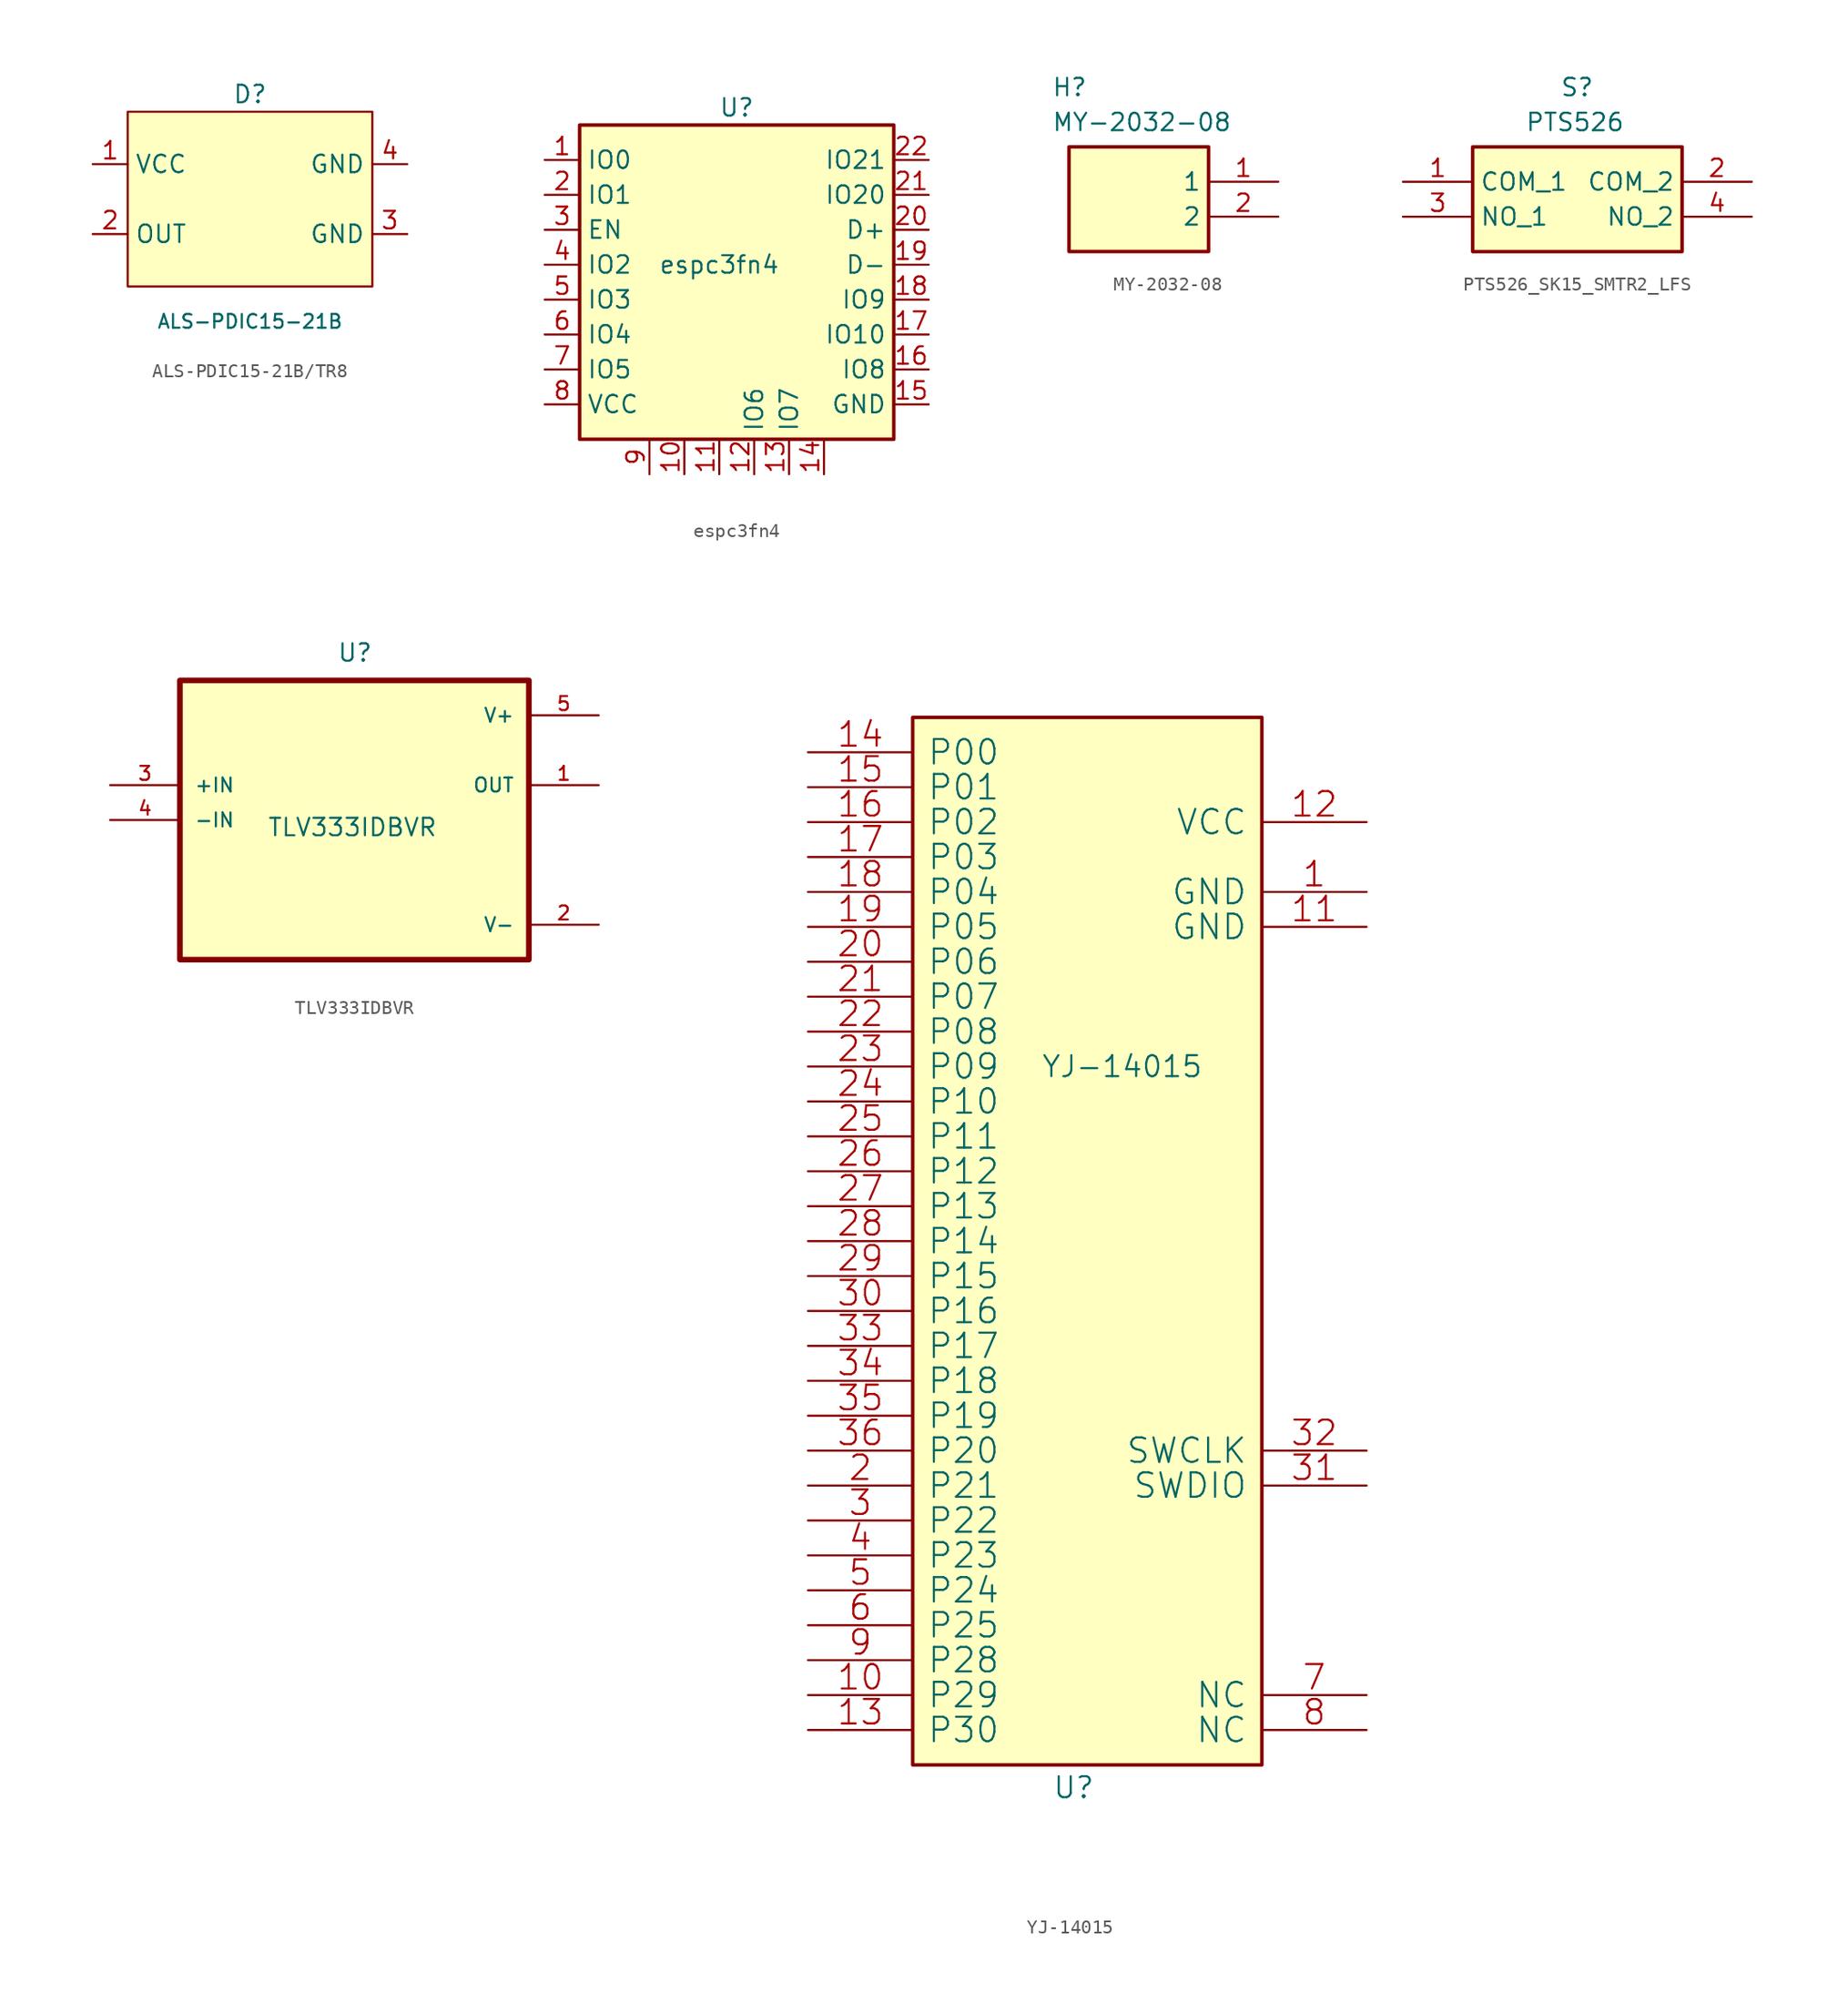
<source format=kicad_sym>
(kicad_symbol_lib
  (version 20220914)
  (generator kicad_symbol_editor)
  (symbol "ALS-PDIC15-21B/TR8"
    (property "Reference" "D"
      (at 0 7.62 0)
      (effects (font (size 1.27 1.27))))
    (property "Value" "ALS-PDIC15-21B"
      (at 0 -8.89 0)
      (effects (font (size 1 1))))
    (symbol "ALS-PDIC15-21B/TR8_1_1"
      (rectangle (start -8.89 6.35) (end 8.89 -6.35) (stroke (width 0) (type default)) (fill (type background)))
      (pin power_in line (at -11.43 2.54 0) (length 2.54) (name "VCC" (effects (font (size 1.27 1.27)))) (number "1" (effects (font (size 1.27 1.27)))))
      (pin output line (at -11.43 -2.54 0) (length 2.54) (name "OUT" (effects (font (size 1.27 1.27)))) (number "2" (effects (font (size 1.27 1.27)))))
      (pin power_in line (at 11.43 -2.54 180) (length 2.54) (name "GND" (effects (font (size 1.27 1.27)))) (number "3" (effects (font (size 1.27 1.27)))))
      (pin power_in line (at 11.43 2.54 180) (length 2.54) (name "GND" (effects (font (size 1.27 1.27)))) (number "4" (effects (font (size 1.27 1.27)))))))
  (symbol "espc3fn4"
    (property "Reference" "U"
      (at 0 10.16 0)
      (effects (font (size 1.27 1.27))))
    (property "Value" "espc3fn4"
      (at -1.27 -1.27 0)
      (effects (font (size 1.27 1.27))))
    (symbol "espc3fn4_0_1"
      (rectangle (start -11.43 8.89) (end 11.43 -13.97) (stroke (width 0.254) (type default)) (fill (type background))))
    (symbol "espc3fn4_1_1"
      (pin input line (at -13.97 6.35 0) (length 2.54) (name "IO0" (effects (font (size 1.27 1.27)))) (number "1" (effects (font (size 1.27 1.27)))))
      (pin input line (at -3.81 -16.51 90) (length 2.54) (name "" (effects (font (size 1.27 1.27)))) (number "10" (effects (font (size 1.27 1.27)))))
      (pin input line (at -1.27 -16.51 90) (length 2.54) (name "" (effects (font (size 1.27 1.27)))) (number "11" (effects (font (size 1.27 1.27)))))
      (pin input line (at 1.27 -16.51 90) (length 2.54) (name "IO6" (effects (font (size 1.27 1.27)))) (number "12" (effects (font (size 1.27 1.27)))))
      (pin input line (at 3.81 -16.51 90) (length 2.54) (name "IO7" (effects (font (size 1.27 1.27)))) (number "13" (effects (font (size 1.27 1.27)))))
      (pin input line (at 6.35 -16.51 90) (length 2.54) (name "" (effects (font (size 1.27 1.27)))) (number "14" (effects (font (size 1.27 1.27)))))
      (pin input line (at 13.97 -11.43 180) (length 2.54) (name "GND" (effects (font (size 1.27 1.27)))) (number "15" (effects (font (size 1.27 1.27)))))
      (pin input line (at 13.97 -8.89 180) (length 2.54) (name "IO8" (effects (font (size 1.27 1.27)))) (number "16" (effects (font (size 1.27 1.27)))))
      (pin input line (at 13.97 -6.35 180) (length 2.54) (name "IO10" (effects (font (size 1.27 1.27)))) (number "17" (effects (font (size 1.27 1.27)))))
      (pin input line (at 13.97 -3.81 180) (length 2.54) (name "IO9" (effects (font (size 1.27 1.27)))) (number "18" (effects (font (size 1.27 1.27)))))
      (pin input line (at 13.97 -1.27 180) (length 2.54) (name "D-" (effects (font (size 1.27 1.27)))) (number "19" (effects (font (size 1.27 1.27)))))
      (pin input line (at -13.97 3.81 0) (length 2.54) (name "IO1" (effects (font (size 1.27 1.27)))) (number "2" (effects (font (size 1.27 1.27)))))
      (pin input line (at 13.97 1.27 180) (length 2.54) (name "D+" (effects (font (size 1.27 1.27)))) (number "20" (effects (font (size 1.27 1.27)))))
      (pin input line (at 13.97 3.81 180) (length 2.54) (name "IO20" (effects (font (size 1.27 1.27)))) (number "21" (effects (font (size 1.27 1.27)))))
      (pin input line (at 13.97 6.35 180) (length 2.54) (name "IO21" (effects (font (size 1.27 1.27)))) (number "22" (effects (font (size 1.27 1.27)))))
      (pin input line (at -13.97 1.27 0) (length 2.54) (name "EN" (effects (font (size 1.27 1.27)))) (number "3" (effects (font (size 1.27 1.27)))))
      (pin input line (at -13.97 -1.27 0) (length 2.54) (name "IO2" (effects (font (size 1.27 1.27)))) (number "4" (effects (font (size 1.27 1.27)))))
      (pin input line (at -13.97 -3.81 0) (length 2.54) (name "IO3" (effects (font (size 1.27 1.27)))) (number "5" (effects (font (size 1.27 1.27)))))
      (pin input line (at -13.97 -6.35 0) (length 2.54) (name "IO4" (effects (font (size 1.27 1.27)))) (number "6" (effects (font (size 1.27 1.27)))))
      (pin input line (at -13.97 -8.89 0) (length 2.54) (name "IO5" (effects (font (size 1.27 1.27)))) (number "7" (effects (font (size 1.27 1.27)))))
      (pin input line (at -13.97 -11.43 0) (length 2.54) (name "VCC" (effects (font (size 1.27 1.27)))) (number "8" (effects (font (size 1.27 1.27)))))
      (pin input line (at -6.35 -16.51 90) (length 2.54) (name "" (effects (font (size 1.27 1.27)))) (number "9" (effects (font (size 1.27 1.27)))))))
  (symbol "MY-2032-08"
    (property "Reference" "H"
      (at 3.81 7.62 0)
      (effects (font (size 1.27 1.27)) (justify left top)))
    (property "Value" "MY-2032-08"
      (at 3.81 5.08 0)
      (effects (font (size 1.27 1.27)) (justify left top)))
    (symbol "MY-2032-08_1_1"
      (rectangle (start 5.08 2.54) (end 15.24 -5.08) (stroke (width 0.254) (type default)) (fill (type background)))
      (pin power_out line (at 20.32 0 180) (length 5.08) (name "1" (effects (font (size 1.27 1.27)))) (number "1" (effects (font (size 1.27 1.27)))))
      (pin power_in line (at 20.32 -2.54 180) (length 5.08) (name "2" (effects (font (size 1.27 1.27)))) (number "2" (effects (font (size 1.27 1.27)))))))
  (symbol "PTS526_SK15_SMTR2_LFS"
    (property "Reference" "S"
      (at 0 8.89 0)
      (effects (font (size 1.27 1.27)) (justify left top)))
    (property "Value" "PTS526"
      (at -2.54 6.35 0)
      (effects (font (size 1.27 1.27)) (justify left top)))
    (symbol "PTS526_SK15_SMTR2_LFS_1_1"
      (rectangle (start -6.35 3.81) (end 8.89 -3.81) (stroke (width 0.254) (type default)) (fill (type background)))
      (pin passive line (at -11.43 1.27 0) (length 5.08) (name "COM_1" (effects (font (size 1.27 1.27)))) (number "1" (effects (font (size 1.27 1.27)))))
      (pin passive line (at 13.97 1.27 180) (length 5.08) (name "COM_2" (effects (font (size 1.27 1.27)))) (number "2" (effects (font (size 1.27 1.27)))))
      (pin passive line (at -11.43 -1.27 0) (length 5.08) (name "NO_1" (effects (font (size 1.27 1.27)))) (number "3" (effects (font (size 1.27 1.27)))))
      (pin passive line (at 13.97 -1.27 180) (length 5.08) (name "NO_2" (effects (font (size 1.27 1.27)))) (number "4" (effects (font (size 1.27 1.27)))))))
  (symbol "TLV333IDBVR"
    (pin_names
      (offset 1.016))
    (property "Reference" "U"
      (at -1.27 11.43 0)
      (effects (font (size 1.27 1.27)) (justify left bottom)))
    (property "Value" "TLV333IDBVR"
      (at -6.35 -1.27 0)
      (effects (font (size 1.27 1.27)) (justify left bottom)))
    (symbol "TLV333IDBVR_0_0"
      (rectangle (start -12.7 10.16) (end 12.7 -10.16) (stroke (width 0.41) (type default)) (fill (type background)))
      (pin output line (at 17.78 2.54 180) (length 5.08) (name "OUT" (effects (font (size 1.016 1.016)))) (number "1" (effects (font (size 1.016 1.016)))))
      (pin input line (at -17.78 2.54 0) (length 5.08) (name "+IN" (effects (font (size 1.016 1.016)))) (number "3" (effects (font (size 1.016 1.016)))))
      (pin input line (at -17.78 0 0) (length 5.08) (name "-IN" (effects (font (size 1.016 1.016)))) (number "4" (effects (font (size 1.016 1.016)))))
      (pin power_in line (at 17.78 7.62 180) (length 5.08) (name "V+" (effects (font (size 1.016 1.016)))) (number "5" (effects (font (size 1.016 1.016))))))
    (symbol "TLV333IDBVR_1_0"
      (pin power_in line (at 17.78 -7.62 180) (length 5.08) (name "V-" (effects (font (size 1.016 1.016)))) (number "2" (effects (font (size 1.016 1.016)))))))
  (symbol "YJ-14015"
    (pin_names
      (offset 1.016))
    (property "Reference" "U"
      (at 20.32 -55.88 0)
      (effects (font (size 1.524 1.524)) (justify left bottom)))
    (property "Value" "YJ-14015"
      (at 25.4 -2.54 0)
      (effects (font (size 1.524 1.524))))
    (property "Footprint" ""
      (at 0 0 0)
      (effects (font (size 1.524 1.524))))
    (property "Datasheet" ""
      (at 0 0 0)
      (effects (font (size 1.524 1.524))))
    (symbol "YJ-14015_0_1"
      (rectangle (start 35.56 -53.34) (end 10.16 22.86) (stroke (width 0.254) (type solid)) (fill (type background)))
      (pin passive line (at 43.18 10.16 180) (length 7.62) (name "GND" (effects (font (size 1.778 1.778)))) (number "1" (effects (font (size 1.778 1.778)))))
      (pin passive line (at 2.54 -48.26 0) (length 7.62) (name "P29" (effects (font (size 1.778 1.778)))) (number "10" (effects (font (size 1.778 1.778)))))
      (pin passive line (at 43.18 7.62 180) (length 7.62) (name "GND" (effects (font (size 1.778 1.778)))) (number "11" (effects (font (size 1.778 1.778)))))
      (pin passive line (at 43.18 15.24 180) (length 7.62) (name "VCC" (effects (font (size 1.778 1.778)))) (number "12" (effects (font (size 1.778 1.778)))))
      (pin passive line (at 2.54 -50.8 0) (length 7.62) (name "P30" (effects (font (size 1.778 1.778)))) (number "13" (effects (font (size 1.778 1.778)))))
      (pin passive line (at 2.54 20.32 0) (length 7.62) (name "P00" (effects (font (size 1.778 1.778)))) (number "14" (effects (font (size 1.778 1.778)))))
      (pin passive line (at 2.54 17.78 0) (length 7.62) (name "P01" (effects (font (size 1.778 1.778)))) (number "15" (effects (font (size 1.778 1.778)))))
      (pin passive line (at 2.54 15.24 0) (length 7.62) (name "P02" (effects (font (size 1.778 1.778)))) (number "16" (effects (font (size 1.778 1.778)))))
      (pin passive line (at 2.54 12.7 0) (length 7.62) (name "P03" (effects (font (size 1.778 1.778)))) (number "17" (effects (font (size 1.778 1.778)))))
      (pin passive line (at 2.54 10.16 0) (length 7.62) (name "P04" (effects (font (size 1.778 1.778)))) (number "18" (effects (font (size 1.778 1.778)))))
      (pin passive line (at 2.54 7.62 0) (length 7.62) (name "P05" (effects (font (size 1.778 1.778)))) (number "19" (effects (font (size 1.778 1.778)))))
      (pin passive line (at 2.54 -33.02 0) (length 7.62) (name "P21" (effects (font (size 1.778 1.778)))) (number "2" (effects (font (size 1.778 1.778)))))
      (pin passive line (at 2.54 5.08 0) (length 7.62) (name "P06" (effects (font (size 1.778 1.778)))) (number "20" (effects (font (size 1.778 1.778)))))
      (pin passive line (at 2.54 2.54 0) (length 7.62) (name "P07" (effects (font (size 1.778 1.778)))) (number "21" (effects (font (size 1.778 1.778)))))
      (pin passive line (at 2.54 0 0) (length 7.62) (name "P08" (effects (font (size 1.778 1.778)))) (number "22" (effects (font (size 1.778 1.778)))))
      (pin passive line (at 2.54 -2.54 0) (length 7.62) (name "P09" (effects (font (size 1.778 1.778)))) (number "23" (effects (font (size 1.778 1.778)))))
      (pin passive line (at 2.54 -5.08 0) (length 7.62) (name "P10" (effects (font (size 1.778 1.778)))) (number "24" (effects (font (size 1.778 1.778)))))
      (pin passive line (at 2.54 -7.62 0) (length 7.62) (name "P11" (effects (font (size 1.778 1.778)))) (number "25" (effects (font (size 1.778 1.778)))))
      (pin passive line (at 2.54 -10.16 0) (length 7.62) (name "P12" (effects (font (size 1.778 1.778)))) (number "26" (effects (font (size 1.778 1.778)))))
      (pin passive line (at 2.54 -12.7 0) (length 7.62) (name "P13" (effects (font (size 1.778 1.778)))) (number "27" (effects (font (size 1.778 1.778)))))
      (pin passive line (at 2.54 -15.24 0) (length 7.62) (name "P14" (effects (font (size 1.778 1.778)))) (number "28" (effects (font (size 1.778 1.778)))))
      (pin passive line (at 2.54 -17.78 0) (length 7.62) (name "P15" (effects (font (size 1.778 1.778)))) (number "29" (effects (font (size 1.778 1.778)))))
      (pin passive line (at 2.54 -35.56 0) (length 7.62) (name "P22" (effects (font (size 1.778 1.778)))) (number "3" (effects (font (size 1.778 1.778)))))
      (pin passive line (at 2.54 -20.32 0) (length 7.62) (name "P16" (effects (font (size 1.778 1.778)))) (number "30" (effects (font (size 1.778 1.778)))))
      (pin passive line (at 43.18 -33.02 180) (length 7.62) (name "SWDIO" (effects (font (size 1.778 1.778)))) (number "31" (effects (font (size 1.778 1.778)))))
      (pin passive line (at 43.18 -30.48 180) (length 7.62) (name "SWCLK" (effects (font (size 1.778 1.778)))) (number "32" (effects (font (size 1.778 1.778)))))
      (pin passive line (at 2.54 -22.86 0) (length 7.62) (name "P17" (effects (font (size 1.778 1.778)))) (number "33" (effects (font (size 1.778 1.778)))))
      (pin passive line (at 2.54 -25.4 0) (length 7.62) (name "P18" (effects (font (size 1.778 1.778)))) (number "34" (effects (font (size 1.778 1.778)))))
      (pin passive line (at 2.54 -27.94 0) (length 7.62) (name "P19" (effects (font (size 1.778 1.778)))) (number "35" (effects (font (size 1.778 1.778)))))
      (pin passive line (at 2.54 -30.48 0) (length 7.62) (name "P20" (effects (font (size 1.778 1.778)))) (number "36" (effects (font (size 1.778 1.778)))))
      (pin passive line (at 2.54 -38.1 0) (length 7.62) (name "P23" (effects (font (size 1.778 1.778)))) (number "4" (effects (font (size 1.778 1.778)))))
      (pin passive line (at 2.54 -40.64 0) (length 7.62) (name "P24" (effects (font (size 1.778 1.778)))) (number "5" (effects (font (size 1.778 1.778)))))
      (pin passive line (at 2.54 -43.18 0) (length 7.62) (name "P25" (effects (font (size 1.778 1.778)))) (number "6" (effects (font (size 1.778 1.778)))))
      (pin passive line (at 43.18 -48.26 180) (length 7.62) (name "NC" (effects (font (size 1.778 1.778)))) (number "7" (effects (font (size 1.778 1.778)))))
      (pin passive line (at 43.18 -50.8 180) (length 7.62) (name "NC" (effects (font (size 1.778 1.778)))) (number "8" (effects (font (size 1.778 1.778)))))
      (pin passive line (at 2.54 -45.72 0) (length 7.62) (name "P28" (effects (font (size 1.778 1.778)))) (number "9" (effects (font (size 1.778 1.778))))))))
</source>
